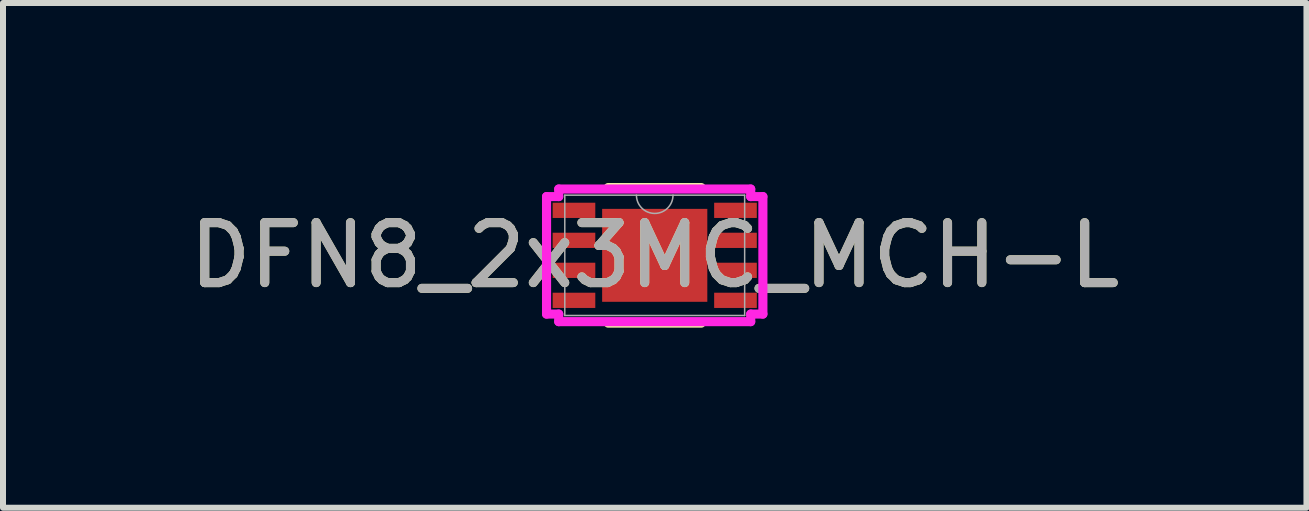
<source format=kicad_pcb>
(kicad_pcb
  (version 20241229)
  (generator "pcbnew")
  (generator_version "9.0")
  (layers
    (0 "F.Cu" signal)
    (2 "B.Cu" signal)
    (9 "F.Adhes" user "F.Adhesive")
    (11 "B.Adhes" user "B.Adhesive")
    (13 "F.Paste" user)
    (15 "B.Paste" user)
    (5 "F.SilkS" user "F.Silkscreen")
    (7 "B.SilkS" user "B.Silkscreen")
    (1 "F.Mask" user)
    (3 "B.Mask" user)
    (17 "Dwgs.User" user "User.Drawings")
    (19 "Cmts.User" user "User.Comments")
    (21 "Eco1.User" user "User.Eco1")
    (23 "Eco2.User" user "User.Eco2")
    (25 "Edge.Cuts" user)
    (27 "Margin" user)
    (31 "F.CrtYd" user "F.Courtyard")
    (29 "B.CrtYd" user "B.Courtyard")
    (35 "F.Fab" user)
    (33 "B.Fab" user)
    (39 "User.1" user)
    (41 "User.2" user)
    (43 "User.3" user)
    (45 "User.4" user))
  (footprint "DFN8_2x3MC_MCH-L"
    (layer "F.Cu")
    (at 7.863 1.206)
    (property "Reference" "DFN8_2x3MC_MCH-L" (at 0 0 0) (unlocked yes) (layer "F.SilkS") (effects (font (size 1 1) (thickness 0.15))))
    (attr smd)
    (fp_line (start -0.775 1.13) (end 0.775 1.13) (stroke (width 0.152) (type solid)) (layer "F.SilkS"))
    (fp_line (start 0.775 -1.13) (end -0.775 -1.13) (stroke (width 0.152) (type solid)) (layer "F.SilkS"))
    (fp_line (start -1.803 -0.979) (end -1.6 -0.979) (stroke (width 0.152) (type solid)) (layer "F.CrtYd"))
    (fp_line (start -1.803 0.979) (end -1.803 -0.979) (stroke (width 0.152) (type solid)) (layer "F.CrtYd"))
    (fp_line (start -1.803 0.979) (end -1.6 0.979) (stroke (width 0.152) (type solid)) (layer "F.CrtYd"))
    (fp_line (start -1.6 -1.105) (end 1.6 -1.105) (stroke (width 0.152) (type solid)) (layer "F.CrtYd"))
    (fp_line (start -1.6 -0.979) (end -1.6 -1.105) (stroke (width 0.152) (type solid)) (layer "F.CrtYd"))
    (fp_line (start -1.6 1.105) (end -1.6 0.979) (stroke (width 0.152) (type solid)) (layer "F.CrtYd"))
    (fp_line (start 1.6 -1.105) (end 1.6 -0.979) (stroke (width 0.152) (type solid)) (layer "F.CrtYd"))
    (fp_line (start 1.6 0.979) (end 1.6 1.105) (stroke (width 0.152) (type solid)) (layer "F.CrtYd"))
    (fp_line (start 1.6 1.105) (end -1.6 1.105) (stroke (width 0.152) (type solid)) (layer "F.CrtYd"))
    (fp_line (start 1.803 -0.979) (end 1.6 -0.979) (stroke (width 0.152) (type solid)) (layer "F.CrtYd"))
    (fp_line (start 1.803 -0.979) (end 1.803 0.979) (stroke (width 0.152) (type solid)) (layer "F.CrtYd"))
    (fp_line (start 1.803 0.979) (end 1.6 0.979) (stroke (width 0.152) (type solid)) (layer "F.CrtYd"))
    (fp_line (start -1.499 -1.003) (end -1.499 1.003) (stroke (width 0.025) (type solid)) (layer "F.Fab"))
    (fp_line (start -1.499 1.003) (end 1.499 1.003) (stroke (width 0.025) (type solid)) (layer "F.Fab"))
    (fp_line (start 1.499 -1.003) (end -1.499 -1.003) (stroke (width 0.025) (type solid)) (layer "F.Fab"))
    (fp_line (start 1.499 1.003) (end 1.499 -1.003) (stroke (width 0.025) (type solid)) (layer "F.Fab"))
    (fp_arc (start 0.3048 -1.0033) (mid 0 -0.6985) (end -0.3048 -1.0033) (stroke (width 0.0254) (type solid)) (layer "F.Fab"))
    (fp_text user "${REFERENCE}" (at 0 0 0) (unlocked yes) (layer "F.Fab") (effects (font (size 1 1) (thickness 0.15))))
    (pad "1" smd rect (at -1.346 -0.75) (size 0.711 0.254) (layers "F.Cu" "F.Mask" "F.Paste"))
    (pad "2" smd rect (at -1.346 -0.25) (size 0.711 0.254) (layers "F.Cu" "F.Mask" "F.Paste"))
    (pad "3" smd rect (at -1.346 0.25) (size 0.711 0.254) (layers "F.Cu" "F.Mask" "F.Paste"))
    (pad "4" smd rect (at -1.346 0.75) (size 0.711 0.254) (layers "F.Cu" "F.Mask" "F.Paste"))
    (pad "5" smd rect (at 1.346 0.75) (size 0.711 0.254) (layers "F.Cu" "F.Mask" "F.Paste"))
    (pad "6" smd rect (at 1.346 0.25) (size 0.711 0.254) (layers "F.Cu" "F.Mask" "F.Paste"))
    (pad "7" smd rect (at 1.346 -0.25) (size 0.711 0.254) (layers "F.Cu" "F.Mask" "F.Paste"))
    (pad "8" smd rect (at 1.346 -0.75) (size 0.711 0.254) (layers "F.Cu" "F.Mask" "F.Paste"))
    (pad "9" smd rect (at 0 0) (size 1.753 1.549) (layers "F.Cu" "F.Mask" "F.Paste")))
  (gr_rect
    (start -3 -3)
    (end 18.726 5.413)
    (stroke (width 0.1) (type default))
    (fill no)
    (layer "Edge.Cuts")))
</source>
